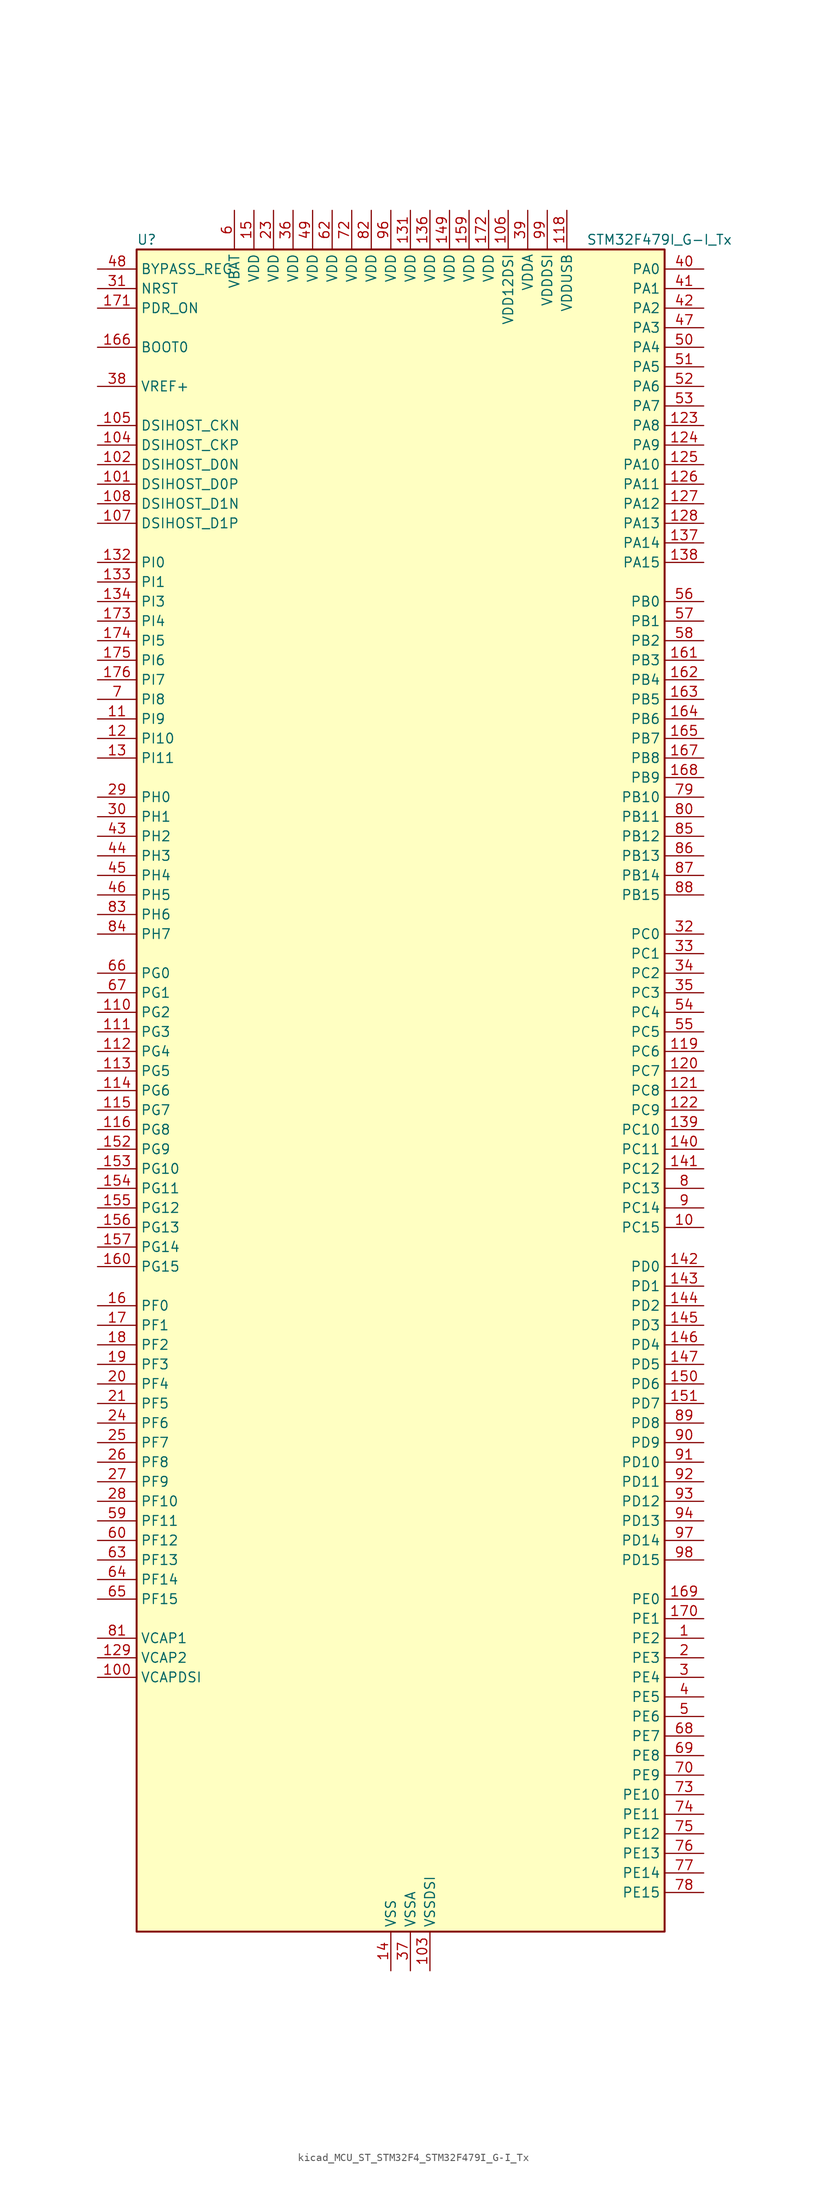
<source format=kicad_sym>
(kicad_symbol_lib
  (version 20220914)
  (generator kicad_symbol_editor)
  (symbol "kicad_MCU_ST_STM32F4_STM32F479I_G-I_Tx"
    (property "Reference" "U"
      (at -33.02 110.49 0)
      (effects (font (size 1.27 1.27)) (justify left)))
    (property "Value" "STM32F479I_G-I_Tx"
      (at 25.4 110.49 0)
      (effects (font (size 1.27 1.27)) (justify left)))
    (property "ki_locked" ""
      (at 0 0 0)
      (effects (font (size 1.27 1.27))))
    (symbol "kicad_MCU_ST_STM32F4_STM32F479I_G-I_Tx_0_1"
      (rectangle (start -33.02 -109.22) (end 35.56 109.22) (stroke (width 0.254) (type default)) (fill (type background))))
    (symbol "kicad_MCU_ST_STM32F4_STM32F479I_G-I_Tx_1_1"
      (pin bidirectional line (at 40.64 -71.12 180) (length 5.08) (name "PE2" (effects (font (size 1.27 1.27)))) (number "1" (effects (font (size 1.27 1.27)))) (alternate "ETH_TXD3" bidirectional line) (alternate "FMC_A23" bidirectional line) (alternate "QUADSPI_BK1_IO2" bidirectional line) (alternate "SAI1_MCLK_A" bidirectional line) (alternate "SPI4_SCK" bidirectional line) (alternate "SYS_TRACECLK" bidirectional line))
      (pin bidirectional line (at 40.64 -17.78 180) (length 5.08) (name "PC15" (effects (font (size 1.27 1.27)))) (number "10" (effects (font (size 1.27 1.27)))) (alternate "ADC1_EXTI15" bidirectional line) (alternate "ADC2_EXTI15" bidirectional line) (alternate "ADC3_EXTI15" bidirectional line) (alternate "RCC_OSC32_OUT" bidirectional line))
      (pin power_out line (at -38.1 -76.2 0) (length 5.08) (name "VCAPDSI" (effects (font (size 1.27 1.27)))) (number "100" (effects (font (size 1.27 1.27)))))
      (pin bidirectional line (at -38.1 78.74 0) (length 5.08) (name "DSIHOST_D0P" (effects (font (size 1.27 1.27)))) (number "101" (effects (font (size 1.27 1.27)))) (alternate "DSIHOST_D0P" bidirectional line))
      (pin bidirectional line (at -38.1 81.28 0) (length 5.08) (name "DSIHOST_D0N" (effects (font (size 1.27 1.27)))) (number "102" (effects (font (size 1.27 1.27)))) (alternate "DSIHOST_D0N" bidirectional line))
      (pin power_in line (at 5.08 -114.3 90) (length 5.08) (name "VSSDSI" (effects (font (size 1.27 1.27)))) (number "103" (effects (font (size 1.27 1.27)))))
      (pin bidirectional line (at -38.1 83.82 0) (length 5.08) (name "DSIHOST_CKP" (effects (font (size 1.27 1.27)))) (number "104" (effects (font (size 1.27 1.27)))) (alternate "DSIHOST_CKP" bidirectional line))
      (pin bidirectional line (at -38.1 86.36 0) (length 5.08) (name "DSIHOST_CKN" (effects (font (size 1.27 1.27)))) (number "105" (effects (font (size 1.27 1.27)))) (alternate "DSIHOST_CKN" bidirectional line))
      (pin power_in line (at 15.24 114.3 270) (length 5.08) (name "VDD12DSI" (effects (font (size 1.27 1.27)))) (number "106" (effects (font (size 1.27 1.27)))))
      (pin bidirectional line (at -38.1 73.66 0) (length 5.08) (name "DSIHOST_D1P" (effects (font (size 1.27 1.27)))) (number "107" (effects (font (size 1.27 1.27)))) (alternate "DSIHOST_D1P" bidirectional line))
      (pin bidirectional line (at -38.1 76.2 0) (length 5.08) (name "DSIHOST_D1N" (effects (font (size 1.27 1.27)))) (number "108" (effects (font (size 1.27 1.27)))) (alternate "DSIHOST_D1N" bidirectional line))
      (pin passive line (at 5.08 -114.3 90) (length 5.08) hide (name "VSSDSI" (effects (font (size 1.27 1.27)))) (number "109" (effects (font (size 1.27 1.27)))))
      (pin bidirectional line (at -38.1 48.26 0) (length 5.08) (name "PI9" (effects (font (size 1.27 1.27)))) (number "11" (effects (font (size 1.27 1.27)))) (alternate "CAN1_RX" bidirectional line) (alternate "DAC_EXTI9" bidirectional line) (alternate "FMC_D30" bidirectional line) (alternate "LTDC_VSYNC" bidirectional line))
      (pin bidirectional line (at -38.1 10.16 0) (length 5.08) (name "PG2" (effects (font (size 1.27 1.27)))) (number "110" (effects (font (size 1.27 1.27)))) (alternate "FMC_A12" bidirectional line))
      (pin bidirectional line (at -38.1 7.62 0) (length 5.08) (name "PG3" (effects (font (size 1.27 1.27)))) (number "111" (effects (font (size 1.27 1.27)))) (alternate "FMC_A13" bidirectional line))
      (pin bidirectional line (at -38.1 5.08 0) (length 5.08) (name "PG4" (effects (font (size 1.27 1.27)))) (number "112" (effects (font (size 1.27 1.27)))) (alternate "FMC_A14" bidirectional line) (alternate "FMC_BA0" bidirectional line))
      (pin bidirectional line (at -38.1 2.54 0) (length 5.08) (name "PG5" (effects (font (size 1.27 1.27)))) (number "113" (effects (font (size 1.27 1.27)))) (alternate "FMC_A15" bidirectional line) (alternate "FMC_BA1" bidirectional line))
      (pin bidirectional line (at -38.1 0 0) (length 5.08) (name "PG6" (effects (font (size 1.27 1.27)))) (number "114" (effects (font (size 1.27 1.27)))) (alternate "DCMI_D12" bidirectional line) (alternate "LTDC_R7" bidirectional line))
      (pin bidirectional line (at -38.1 -2.54 0) (length 5.08) (name "PG7" (effects (font (size 1.27 1.27)))) (number "115" (effects (font (size 1.27 1.27)))) (alternate "DCMI_D13" bidirectional line) (alternate "FMC_INT" bidirectional line) (alternate "LTDC_CLK" bidirectional line) (alternate "SAI1_MCLK_A" bidirectional line) (alternate "USART6_CK" bidirectional line))
      (pin bidirectional line (at -38.1 -5.08 0) (length 5.08) (name "PG8" (effects (font (size 1.27 1.27)))) (number "116" (effects (font (size 1.27 1.27)))) (alternate "ETH_PPS_OUT" bidirectional line) (alternate "FMC_SDCLK" bidirectional line) (alternate "LTDC_G7" bidirectional line) (alternate "SPI6_NSS" bidirectional line) (alternate "USART6_RTS" bidirectional line))
      (pin passive line (at 0 -114.3 90) (length 5.08) hide (name "VSS" (effects (font (size 1.27 1.27)))) (number "117" (effects (font (size 1.27 1.27)))))
      (pin power_in line (at 22.86 114.3 270) (length 5.08) (name "VDDUSB" (effects (font (size 1.27 1.27)))) (number "118" (effects (font (size 1.27 1.27)))))
      (pin bidirectional line (at 40.64 5.08 180) (length 5.08) (name "PC6" (effects (font (size 1.27 1.27)))) (number "119" (effects (font (size 1.27 1.27)))) (alternate "DCMI_D0" bidirectional line) (alternate "I2S2_MCK" bidirectional line) (alternate "LTDC_HSYNC" bidirectional line) (alternate "SDIO_D6" bidirectional line) (alternate "TIM3_CH1" bidirectional line) (alternate "TIM8_CH1" bidirectional line) (alternate "USART6_TX" bidirectional line))
      (pin bidirectional line (at -38.1 45.72 0) (length 5.08) (name "PI10" (effects (font (size 1.27 1.27)))) (number "12" (effects (font (size 1.27 1.27)))) (alternate "ETH_RX_ER" bidirectional line) (alternate "FMC_D31" bidirectional line) (alternate "LTDC_HSYNC" bidirectional line))
      (pin bidirectional line (at 40.64 2.54 180) (length 5.08) (name "PC7" (effects (font (size 1.27 1.27)))) (number "120" (effects (font (size 1.27 1.27)))) (alternate "DCMI_D1" bidirectional line) (alternate "I2S3_MCK" bidirectional line) (alternate "LTDC_G6" bidirectional line) (alternate "SDIO_D7" bidirectional line) (alternate "TIM3_CH2" bidirectional line) (alternate "TIM8_CH2" bidirectional line) (alternate "USART6_RX" bidirectional line))
      (pin bidirectional line (at 40.64 0 180) (length 5.08) (name "PC8" (effects (font (size 1.27 1.27)))) (number "121" (effects (font (size 1.27 1.27)))) (alternate "DCMI_D2" bidirectional line) (alternate "SDIO_D0" bidirectional line) (alternate "SYS_TRACED1" bidirectional line) (alternate "TIM3_CH3" bidirectional line) (alternate "TIM8_CH3" bidirectional line) (alternate "USART6_CK" bidirectional line))
      (pin bidirectional line (at 40.64 -2.54 180) (length 5.08) (name "PC9" (effects (font (size 1.27 1.27)))) (number "122" (effects (font (size 1.27 1.27)))) (alternate "DAC_EXTI9" bidirectional line) (alternate "DCMI_D3" bidirectional line) (alternate "I2C3_SDA" bidirectional line) (alternate "I2S_CKIN" bidirectional line) (alternate "QUADSPI_BK1_IO0" bidirectional line) (alternate "RCC_MCO_2" bidirectional line) (alternate "SDIO_D1" bidirectional line) (alternate "TIM3_CH4" bidirectional line) (alternate "TIM8_CH4" bidirectional line))
      (pin bidirectional line (at 40.64 86.36 180) (length 5.08) (name "PA8" (effects (font (size 1.27 1.27)))) (number "123" (effects (font (size 1.27 1.27)))) (alternate "I2C3_SCL" bidirectional line) (alternate "LTDC_R6" bidirectional line) (alternate "RCC_MCO_1" bidirectional line) (alternate "TIM1_CH1" bidirectional line) (alternate "USART1_CK" bidirectional line) (alternate "USB_OTG_FS_SOF" bidirectional line))
      (pin bidirectional line (at 40.64 83.82 180) (length 5.08) (name "PA9" (effects (font (size 1.27 1.27)))) (number "124" (effects (font (size 1.27 1.27)))) (alternate "DAC_EXTI9" bidirectional line) (alternate "DCMI_D0" bidirectional line) (alternate "I2C3_SMBA" bidirectional line) (alternate "I2S2_CK" bidirectional line) (alternate "SPI2_SCK" bidirectional line) (alternate "TIM1_CH2" bidirectional line) (alternate "USART1_TX" bidirectional line) (alternate "USB_OTG_FS_VBUS" bidirectional line))
      (pin bidirectional line (at 40.64 81.28 180) (length 5.08) (name "PA10" (effects (font (size 1.27 1.27)))) (number "125" (effects (font (size 1.27 1.27)))) (alternate "DCMI_D1" bidirectional line) (alternate "TIM1_CH3" bidirectional line) (alternate "USART1_RX" bidirectional line) (alternate "USB_OTG_FS_ID" bidirectional line))
      (pin bidirectional line (at 40.64 78.74 180) (length 5.08) (name "PA11" (effects (font (size 1.27 1.27)))) (number "126" (effects (font (size 1.27 1.27)))) (alternate "ADC1_EXTI11" bidirectional line) (alternate "ADC2_EXTI11" bidirectional line) (alternate "ADC3_EXTI11" bidirectional line) (alternate "CAN1_RX" bidirectional line) (alternate "LTDC_R4" bidirectional line) (alternate "TIM1_CH4" bidirectional line) (alternate "USART1_CTS" bidirectional line) (alternate "USB_OTG_FS_DM" bidirectional line))
      (pin bidirectional line (at 40.64 76.2 180) (length 5.08) (name "PA12" (effects (font (size 1.27 1.27)))) (number "127" (effects (font (size 1.27 1.27)))) (alternate "CAN1_TX" bidirectional line) (alternate "LTDC_R5" bidirectional line) (alternate "TIM1_ETR" bidirectional line) (alternate "USART1_RTS" bidirectional line) (alternate "USB_OTG_FS_DP" bidirectional line))
      (pin bidirectional line (at 40.64 73.66 180) (length 5.08) (name "PA13" (effects (font (size 1.27 1.27)))) (number "128" (effects (font (size 1.27 1.27)))) (alternate "SYS_JTMS-SWDIO" bidirectional line))
      (pin power_out line (at -38.1 -73.66 0) (length 5.08) (name "VCAP2" (effects (font (size 1.27 1.27)))) (number "129" (effects (font (size 1.27 1.27)))))
      (pin bidirectional line (at -38.1 43.18 0) (length 5.08) (name "PI11" (effects (font (size 1.27 1.27)))) (number "13" (effects (font (size 1.27 1.27)))) (alternate "ADC1_EXTI11" bidirectional line) (alternate "ADC2_EXTI11" bidirectional line) (alternate "ADC3_EXTI11" bidirectional line) (alternate "LTDC_G6" bidirectional line) (alternate "USB_OTG_HS_ULPI_DIR" bidirectional line))
      (pin passive line (at 0 -114.3 90) (length 5.08) hide (name "VSS" (effects (font (size 1.27 1.27)))) (number "130" (effects (font (size 1.27 1.27)))))
      (pin power_in line (at 2.54 114.3 270) (length 5.08) (name "VDD" (effects (font (size 1.27 1.27)))) (number "131" (effects (font (size 1.27 1.27)))))
      (pin bidirectional line (at -38.1 68.58 0) (length 5.08) (name "PI0" (effects (font (size 1.27 1.27)))) (number "132" (effects (font (size 1.27 1.27)))) (alternate "DCMI_D13" bidirectional line) (alternate "FMC_D24" bidirectional line) (alternate "I2S2_WS" bidirectional line) (alternate "LTDC_G5" bidirectional line) (alternate "SPI2_NSS" bidirectional line) (alternate "TIM5_CH4" bidirectional line))
      (pin bidirectional line (at -38.1 66.04 0) (length 5.08) (name "PI1" (effects (font (size 1.27 1.27)))) (number "133" (effects (font (size 1.27 1.27)))) (alternate "DCMI_D8" bidirectional line) (alternate "FMC_D25" bidirectional line) (alternate "I2S2_CK" bidirectional line) (alternate "LTDC_G6" bidirectional line) (alternate "SPI2_SCK" bidirectional line))
      (pin bidirectional line (at -38.1 63.5 0) (length 5.08) (name "PI3" (effects (font (size 1.27 1.27)))) (number "134" (effects (font (size 1.27 1.27)))) (alternate "DCMI_D10" bidirectional line) (alternate "FMC_D27" bidirectional line) (alternate "I2S2_SD" bidirectional line) (alternate "SPI2_MOSI" bidirectional line) (alternate "TIM8_ETR" bidirectional line))
      (pin passive line (at 0 -114.3 90) (length 5.08) hide (name "VSS" (effects (font (size 1.27 1.27)))) (number "135" (effects (font (size 1.27 1.27)))))
      (pin power_in line (at 5.08 114.3 270) (length 5.08) (name "VDD" (effects (font (size 1.27 1.27)))) (number "136" (effects (font (size 1.27 1.27)))))
      (pin bidirectional line (at 40.64 71.12 180) (length 5.08) (name "PA14" (effects (font (size 1.27 1.27)))) (number "137" (effects (font (size 1.27 1.27)))) (alternate "SYS_JTCK-SWCLK" bidirectional line))
      (pin bidirectional line (at 40.64 68.58 180) (length 5.08) (name "PA15" (effects (font (size 1.27 1.27)))) (number "138" (effects (font (size 1.27 1.27)))) (alternate "ADC1_EXTI15" bidirectional line) (alternate "ADC2_EXTI15" bidirectional line) (alternate "ADC3_EXTI15" bidirectional line) (alternate "I2S3_WS" bidirectional line) (alternate "SPI1_NSS" bidirectional line) (alternate "SPI3_NSS" bidirectional line) (alternate "SYS_JTDI" bidirectional line) (alternate "TIM2_CH1" bidirectional line) (alternate "TIM2_ETR" bidirectional line))
      (pin bidirectional line (at 40.64 -5.08 180) (length 5.08) (name "PC10" (effects (font (size 1.27 1.27)))) (number "139" (effects (font (size 1.27 1.27)))) (alternate "DCMI_D8" bidirectional line) (alternate "I2S3_CK" bidirectional line) (alternate "LTDC_R2" bidirectional line) (alternate "QUADSPI_BK1_IO1" bidirectional line) (alternate "SDIO_D2" bidirectional line) (alternate "SPI3_SCK" bidirectional line) (alternate "UART4_TX" bidirectional line) (alternate "USART3_TX" bidirectional line))
      (pin power_in line (at 0 -114.3 90) (length 5.08) (name "VSS" (effects (font (size 1.27 1.27)))) (number "14" (effects (font (size 1.27 1.27)))))
      (pin bidirectional line (at 40.64 -7.62 180) (length 5.08) (name "PC11" (effects (font (size 1.27 1.27)))) (number "140" (effects (font (size 1.27 1.27)))) (alternate "ADC1_EXTI11" bidirectional line) (alternate "ADC2_EXTI11" bidirectional line) (alternate "ADC3_EXTI11" bidirectional line) (alternate "DCMI_D4" bidirectional line) (alternate "I2S3_ext_SD" bidirectional line) (alternate "QUADSPI_BK2_NCS" bidirectional line) (alternate "SDIO_D3" bidirectional line) (alternate "SPI3_MISO" bidirectional line) (alternate "UART4_RX" bidirectional line) (alternate "USART3_RX" bidirectional line))
      (pin bidirectional line (at 40.64 -10.16 180) (length 5.08) (name "PC12" (effects (font (size 1.27 1.27)))) (number "141" (effects (font (size 1.27 1.27)))) (alternate "DCMI_D9" bidirectional line) (alternate "I2S3_SD" bidirectional line) (alternate "SDIO_CK" bidirectional line) (alternate "SPI3_MOSI" bidirectional line) (alternate "SYS_TRACED3" bidirectional line) (alternate "UART5_TX" bidirectional line) (alternate "USART3_CK" bidirectional line))
      (pin bidirectional line (at 40.64 -22.86 180) (length 5.08) (name "PD0" (effects (font (size 1.27 1.27)))) (number "142" (effects (font (size 1.27 1.27)))) (alternate "CAN1_RX" bidirectional line) (alternate "FMC_D2" bidirectional line) (alternate "FMC_DA2" bidirectional line))
      (pin bidirectional line (at 40.64 -25.4 180) (length 5.08) (name "PD1" (effects (font (size 1.27 1.27)))) (number "143" (effects (font (size 1.27 1.27)))) (alternate "CAN1_TX" bidirectional line) (alternate "FMC_D3" bidirectional line) (alternate "FMC_DA3" bidirectional line))
      (pin bidirectional line (at 40.64 -27.94 180) (length 5.08) (name "PD2" (effects (font (size 1.27 1.27)))) (number "144" (effects (font (size 1.27 1.27)))) (alternate "DCMI_D11" bidirectional line) (alternate "SDIO_CMD" bidirectional line) (alternate "SYS_TRACED2" bidirectional line) (alternate "TIM3_ETR" bidirectional line) (alternate "UART5_RX" bidirectional line))
      (pin bidirectional line (at 40.64 -30.48 180) (length 5.08) (name "PD3" (effects (font (size 1.27 1.27)))) (number "145" (effects (font (size 1.27 1.27)))) (alternate "DCMI_D5" bidirectional line) (alternate "FMC_CLK" bidirectional line) (alternate "I2S2_CK" bidirectional line) (alternate "LTDC_G7" bidirectional line) (alternate "SPI2_SCK" bidirectional line) (alternate "USART2_CTS" bidirectional line))
      (pin bidirectional line (at 40.64 -33.02 180) (length 5.08) (name "PD4" (effects (font (size 1.27 1.27)))) (number "146" (effects (font (size 1.27 1.27)))) (alternate "FMC_NOE" bidirectional line) (alternate "USART2_RTS" bidirectional line))
      (pin bidirectional line (at 40.64 -35.56 180) (length 5.08) (name "PD5" (effects (font (size 1.27 1.27)))) (number "147" (effects (font (size 1.27 1.27)))) (alternate "FMC_NWE" bidirectional line) (alternate "USART2_TX" bidirectional line))
      (pin passive line (at 0 -114.3 90) (length 5.08) hide (name "VSS" (effects (font (size 1.27 1.27)))) (number "148" (effects (font (size 1.27 1.27)))))
      (pin power_in line (at 7.62 114.3 270) (length 5.08) (name "VDD" (effects (font (size 1.27 1.27)))) (number "149" (effects (font (size 1.27 1.27)))))
      (pin power_in line (at -17.78 114.3 270) (length 5.08) (name "VDD" (effects (font (size 1.27 1.27)))) (number "15" (effects (font (size 1.27 1.27)))))
      (pin bidirectional line (at 40.64 -38.1 180) (length 5.08) (name "PD6" (effects (font (size 1.27 1.27)))) (number "150" (effects (font (size 1.27 1.27)))) (alternate "DCMI_D10" bidirectional line) (alternate "FMC_NWAIT" bidirectional line) (alternate "I2S3_SD" bidirectional line) (alternate "LTDC_B2" bidirectional line) (alternate "SAI1_SD_A" bidirectional line) (alternate "SPI3_MOSI" bidirectional line) (alternate "USART2_RX" bidirectional line))
      (pin bidirectional line (at 40.64 -40.64 180) (length 5.08) (name "PD7" (effects (font (size 1.27 1.27)))) (number "151" (effects (font (size 1.27 1.27)))) (alternate "FMC_NE1" bidirectional line) (alternate "USART2_CK" bidirectional line))
      (pin bidirectional line (at -38.1 -7.62 0) (length 5.08) (name "PG9" (effects (font (size 1.27 1.27)))) (number "152" (effects (font (size 1.27 1.27)))) (alternate "DAC_EXTI9" bidirectional line) (alternate "DCMI_VSYNC" bidirectional line) (alternate "FMC_NCE" bidirectional line) (alternate "FMC_NE2" bidirectional line) (alternate "QUADSPI_BK2_IO2" bidirectional line) (alternate "USART6_RX" bidirectional line))
      (pin bidirectional line (at -38.1 -10.16 0) (length 5.08) (name "PG10" (effects (font (size 1.27 1.27)))) (number "153" (effects (font (size 1.27 1.27)))) (alternate "DCMI_D2" bidirectional line) (alternate "FMC_NE3" bidirectional line) (alternate "LTDC_B2" bidirectional line) (alternate "LTDC_G3" bidirectional line))
      (pin bidirectional line (at -38.1 -12.7 0) (length 5.08) (name "PG11" (effects (font (size 1.27 1.27)))) (number "154" (effects (font (size 1.27 1.27)))) (alternate "ADC1_EXTI11" bidirectional line) (alternate "ADC2_EXTI11" bidirectional line) (alternate "ADC3_EXTI11" bidirectional line) (alternate "DCMI_D3" bidirectional line) (alternate "ETH_TX_EN" bidirectional line) (alternate "LTDC_B3" bidirectional line))
      (pin bidirectional line (at -38.1 -15.24 0) (length 5.08) (name "PG12" (effects (font (size 1.27 1.27)))) (number "155" (effects (font (size 1.27 1.27)))) (alternate "FMC_NE4" bidirectional line) (alternate "LTDC_B1" bidirectional line) (alternate "LTDC_B4" bidirectional line) (alternate "SPI6_MISO" bidirectional line) (alternate "USART6_RTS" bidirectional line))
      (pin bidirectional line (at -38.1 -17.78 0) (length 5.08) (name "PG13" (effects (font (size 1.27 1.27)))) (number "156" (effects (font (size 1.27 1.27)))) (alternate "ETH_TXD0" bidirectional line) (alternate "FMC_A24" bidirectional line) (alternate "LTDC_R0" bidirectional line) (alternate "SPI6_SCK" bidirectional line) (alternate "SYS_TRACED0" bidirectional line) (alternate "USART6_CTS" bidirectional line))
      (pin bidirectional line (at -38.1 -20.32 0) (length 5.08) (name "PG14" (effects (font (size 1.27 1.27)))) (number "157" (effects (font (size 1.27 1.27)))) (alternate "ETH_TXD1" bidirectional line) (alternate "FMC_A25" bidirectional line) (alternate "LTDC_B0" bidirectional line) (alternate "QUADSPI_BK2_IO3" bidirectional line) (alternate "SPI6_MOSI" bidirectional line) (alternate "SYS_TRACED1" bidirectional line) (alternate "USART6_TX" bidirectional line))
      (pin passive line (at 0 -114.3 90) (length 5.08) hide (name "VSS" (effects (font (size 1.27 1.27)))) (number "158" (effects (font (size 1.27 1.27)))))
      (pin power_in line (at 10.16 114.3 270) (length 5.08) (name "VDD" (effects (font (size 1.27 1.27)))) (number "159" (effects (font (size 1.27 1.27)))))
      (pin bidirectional line (at -38.1 -27.94 0) (length 5.08) (name "PF0" (effects (font (size 1.27 1.27)))) (number "16" (effects (font (size 1.27 1.27)))) (alternate "FMC_A0" bidirectional line) (alternate "I2C2_SDA" bidirectional line))
      (pin bidirectional line (at -38.1 -22.86 0) (length 5.08) (name "PG15" (effects (font (size 1.27 1.27)))) (number "160" (effects (font (size 1.27 1.27)))) (alternate "ADC1_EXTI15" bidirectional line) (alternate "ADC2_EXTI15" bidirectional line) (alternate "ADC3_EXTI15" bidirectional line) (alternate "DCMI_D13" bidirectional line) (alternate "FMC_SDNCAS" bidirectional line) (alternate "USART6_CTS" bidirectional line))
      (pin bidirectional line (at 40.64 55.88 180) (length 5.08) (name "PB3" (effects (font (size 1.27 1.27)))) (number "161" (effects (font (size 1.27 1.27)))) (alternate "I2S3_CK" bidirectional line) (alternate "SPI1_SCK" bidirectional line) (alternate "SPI3_SCK" bidirectional line) (alternate "SYS_JTDO-SWO" bidirectional line) (alternate "TIM2_CH2" bidirectional line))
      (pin bidirectional line (at 40.64 53.34 180) (length 5.08) (name "PB4" (effects (font (size 1.27 1.27)))) (number "162" (effects (font (size 1.27 1.27)))) (alternate "I2S3_ext_SD" bidirectional line) (alternate "SPI1_MISO" bidirectional line) (alternate "SPI3_MISO" bidirectional line) (alternate "SYS_JTRST" bidirectional line) (alternate "TIM3_CH1" bidirectional line))
      (pin bidirectional line (at 40.64 50.8 180) (length 5.08) (name "PB5" (effects (font (size 1.27 1.27)))) (number "163" (effects (font (size 1.27 1.27)))) (alternate "CAN2_RX" bidirectional line) (alternate "DCMI_D10" bidirectional line) (alternate "ETH_PPS_OUT" bidirectional line) (alternate "FMC_SDCKE1" bidirectional line) (alternate "I2C1_SMBA" bidirectional line) (alternate "I2S3_SD" bidirectional line) (alternate "LTDC_G7" bidirectional line) (alternate "SPI1_MOSI" bidirectional line) (alternate "SPI3_MOSI" bidirectional line) (alternate "TIM3_CH2" bidirectional line) (alternate "USB_OTG_HS_ULPI_D7" bidirectional line))
      (pin bidirectional line (at 40.64 48.26 180) (length 5.08) (name "PB6" (effects (font (size 1.27 1.27)))) (number "164" (effects (font (size 1.27 1.27)))) (alternate "CAN2_TX" bidirectional line) (alternate "DCMI_D5" bidirectional line) (alternate "FMC_SDNE1" bidirectional line) (alternate "I2C1_SCL" bidirectional line) (alternate "QUADSPI_BK1_NCS" bidirectional line) (alternate "TIM4_CH1" bidirectional line) (alternate "USART1_TX" bidirectional line))
      (pin bidirectional line (at 40.64 45.72 180) (length 5.08) (name "PB7" (effects (font (size 1.27 1.27)))) (number "165" (effects (font (size 1.27 1.27)))) (alternate "DCMI_VSYNC" bidirectional line) (alternate "FMC_NL" bidirectional line) (alternate "I2C1_SDA" bidirectional line) (alternate "TIM4_CH2" bidirectional line) (alternate "USART1_RX" bidirectional line))
      (pin input line (at -38.1 96.52 0) (length 5.08) (name "BOOT0" (effects (font (size 1.27 1.27)))) (number "166" (effects (font (size 1.27 1.27)))))
      (pin bidirectional line (at 40.64 43.18 180) (length 5.08) (name "PB8" (effects (font (size 1.27 1.27)))) (number "167" (effects (font (size 1.27 1.27)))) (alternate "CAN1_RX" bidirectional line) (alternate "DCMI_D6" bidirectional line) (alternate "ETH_TXD3" bidirectional line) (alternate "I2C1_SCL" bidirectional line) (alternate "LTDC_B6" bidirectional line) (alternate "SDIO_D4" bidirectional line) (alternate "TIM10_CH1" bidirectional line) (alternate "TIM4_CH3" bidirectional line))
      (pin bidirectional line (at 40.64 40.64 180) (length 5.08) (name "PB9" (effects (font (size 1.27 1.27)))) (number "168" (effects (font (size 1.27 1.27)))) (alternate "CAN1_TX" bidirectional line) (alternate "DAC_EXTI9" bidirectional line) (alternate "DCMI_D7" bidirectional line) (alternate "I2C1_SDA" bidirectional line) (alternate "I2S2_WS" bidirectional line) (alternate "LTDC_B7" bidirectional line) (alternate "SDIO_D5" bidirectional line) (alternate "SPI2_NSS" bidirectional line) (alternate "TIM11_CH1" bidirectional line) (alternate "TIM4_CH4" bidirectional line))
      (pin bidirectional line (at 40.64 -66.04 180) (length 5.08) (name "PE0" (effects (font (size 1.27 1.27)))) (number "169" (effects (font (size 1.27 1.27)))) (alternate "DCMI_D2" bidirectional line) (alternate "FMC_NBL0" bidirectional line) (alternate "TIM4_ETR" bidirectional line) (alternate "UART8_RX" bidirectional line))
      (pin bidirectional line (at -38.1 -30.48 0) (length 5.08) (name "PF1" (effects (font (size 1.27 1.27)))) (number "17" (effects (font (size 1.27 1.27)))) (alternate "FMC_A1" bidirectional line) (alternate "I2C2_SCL" bidirectional line))
      (pin bidirectional line (at 40.64 -68.58 180) (length 5.08) (name "PE1" (effects (font (size 1.27 1.27)))) (number "170" (effects (font (size 1.27 1.27)))) (alternate "DCMI_D3" bidirectional line) (alternate "FMC_NBL1" bidirectional line) (alternate "UART8_TX" bidirectional line))
      (pin input line (at -38.1 101.6 0) (length 5.08) (name "PDR_ON" (effects (font (size 1.27 1.27)))) (number "171" (effects (font (size 1.27 1.27)))))
      (pin power_in line (at 12.7 114.3 270) (length 5.08) (name "VDD" (effects (font (size 1.27 1.27)))) (number "172" (effects (font (size 1.27 1.27)))))
      (pin bidirectional line (at -38.1 60.96 0) (length 5.08) (name "PI4" (effects (font (size 1.27 1.27)))) (number "173" (effects (font (size 1.27 1.27)))) (alternate "DCMI_D5" bidirectional line) (alternate "FMC_NBL2" bidirectional line) (alternate "LTDC_B4" bidirectional line) (alternate "TIM8_BKIN" bidirectional line))
      (pin bidirectional line (at -38.1 58.42 0) (length 5.08) (name "PI5" (effects (font (size 1.27 1.27)))) (number "174" (effects (font (size 1.27 1.27)))) (alternate "DCMI_VSYNC" bidirectional line) (alternate "FMC_NBL3" bidirectional line) (alternate "LTDC_B5" bidirectional line) (alternate "TIM8_CH1" bidirectional line))
      (pin bidirectional line (at -38.1 55.88 0) (length 5.08) (name "PI6" (effects (font (size 1.27 1.27)))) (number "175" (effects (font (size 1.27 1.27)))) (alternate "DCMI_D6" bidirectional line) (alternate "FMC_D28" bidirectional line) (alternate "LTDC_B6" bidirectional line) (alternate "TIM8_CH2" bidirectional line))
      (pin bidirectional line (at -38.1 53.34 0) (length 5.08) (name "PI7" (effects (font (size 1.27 1.27)))) (number "176" (effects (font (size 1.27 1.27)))) (alternate "DCMI_D7" bidirectional line) (alternate "FMC_D29" bidirectional line) (alternate "LTDC_B7" bidirectional line) (alternate "TIM8_CH3" bidirectional line))
      (pin bidirectional line (at -38.1 -33.02 0) (length 5.08) (name "PF2" (effects (font (size 1.27 1.27)))) (number "18" (effects (font (size 1.27 1.27)))) (alternate "FMC_A2" bidirectional line) (alternate "I2C2_SMBA" bidirectional line))
      (pin bidirectional line (at -38.1 -35.56 0) (length 5.08) (name "PF3" (effects (font (size 1.27 1.27)))) (number "19" (effects (font (size 1.27 1.27)))) (alternate "ADC3_IN9" bidirectional line) (alternate "FMC_A3" bidirectional line))
      (pin bidirectional line (at 40.64 -73.66 180) (length 5.08) (name "PE3" (effects (font (size 1.27 1.27)))) (number "2" (effects (font (size 1.27 1.27)))) (alternate "FMC_A19" bidirectional line) (alternate "SAI1_SD_B" bidirectional line) (alternate "SYS_TRACED0" bidirectional line))
      (pin bidirectional line (at -38.1 -38.1 0) (length 5.08) (name "PF4" (effects (font (size 1.27 1.27)))) (number "20" (effects (font (size 1.27 1.27)))) (alternate "ADC3_IN14" bidirectional line) (alternate "FMC_A4" bidirectional line))
      (pin bidirectional line (at -38.1 -40.64 0) (length 5.08) (name "PF5" (effects (font (size 1.27 1.27)))) (number "21" (effects (font (size 1.27 1.27)))) (alternate "ADC3_IN15" bidirectional line) (alternate "FMC_A5" bidirectional line))
      (pin passive line (at 0 -114.3 90) (length 5.08) hide (name "VSS" (effects (font (size 1.27 1.27)))) (number "22" (effects (font (size 1.27 1.27)))))
      (pin power_in line (at -15.24 114.3 270) (length 5.08) (name "VDD" (effects (font (size 1.27 1.27)))) (number "23" (effects (font (size 1.27 1.27)))))
      (pin bidirectional line (at -38.1 -43.18 0) (length 5.08) (name "PF6" (effects (font (size 1.27 1.27)))) (number "24" (effects (font (size 1.27 1.27)))) (alternate "ADC3_IN4" bidirectional line) (alternate "QUADSPI_BK1_IO3" bidirectional line) (alternate "SAI1_SD_B" bidirectional line) (alternate "SPI5_NSS" bidirectional line) (alternate "TIM10_CH1" bidirectional line) (alternate "UART7_RX" bidirectional line))
      (pin bidirectional line (at -38.1 -45.72 0) (length 5.08) (name "PF7" (effects (font (size 1.27 1.27)))) (number "25" (effects (font (size 1.27 1.27)))) (alternate "ADC3_IN5" bidirectional line) (alternate "QUADSPI_BK1_IO2" bidirectional line) (alternate "SAI1_MCLK_B" bidirectional line) (alternate "SPI5_SCK" bidirectional line) (alternate "TIM11_CH1" bidirectional line) (alternate "UART7_TX" bidirectional line))
      (pin bidirectional line (at -38.1 -48.26 0) (length 5.08) (name "PF8" (effects (font (size 1.27 1.27)))) (number "26" (effects (font (size 1.27 1.27)))) (alternate "ADC3_IN6" bidirectional line) (alternate "QUADSPI_BK1_IO0" bidirectional line) (alternate "SAI1_SCK_B" bidirectional line) (alternate "SPI5_MISO" bidirectional line) (alternate "TIM13_CH1" bidirectional line))
      (pin bidirectional line (at -38.1 -50.8 0) (length 5.08) (name "PF9" (effects (font (size 1.27 1.27)))) (number "27" (effects (font (size 1.27 1.27)))) (alternate "ADC3_IN7" bidirectional line) (alternate "DAC_EXTI9" bidirectional line) (alternate "QUADSPI_BK1_IO1" bidirectional line) (alternate "SAI1_FS_B" bidirectional line) (alternate "SPI5_MOSI" bidirectional line) (alternate "TIM14_CH1" bidirectional line))
      (pin bidirectional line (at -38.1 -53.34 0) (length 5.08) (name "PF10" (effects (font (size 1.27 1.27)))) (number "28" (effects (font (size 1.27 1.27)))) (alternate "ADC3_IN8" bidirectional line) (alternate "DCMI_D11" bidirectional line) (alternate "LTDC_DE" bidirectional line) (alternate "QUADSPI_CLK" bidirectional line))
      (pin bidirectional line (at -38.1 38.1 0) (length 5.08) (name "PH0" (effects (font (size 1.27 1.27)))) (number "29" (effects (font (size 1.27 1.27)))) (alternate "RCC_OSC_IN" bidirectional line))
      (pin bidirectional line (at 40.64 -76.2 180) (length 5.08) (name "PE4" (effects (font (size 1.27 1.27)))) (number "3" (effects (font (size 1.27 1.27)))) (alternate "DCMI_D4" bidirectional line) (alternate "FMC_A20" bidirectional line) (alternate "LTDC_B0" bidirectional line) (alternate "SAI1_FS_A" bidirectional line) (alternate "SPI4_NSS" bidirectional line) (alternate "SYS_TRACED1" bidirectional line))
      (pin bidirectional line (at -38.1 35.56 0) (length 5.08) (name "PH1" (effects (font (size 1.27 1.27)))) (number "30" (effects (font (size 1.27 1.27)))) (alternate "RCC_OSC_OUT" bidirectional line))
      (pin input line (at -38.1 104.14 0) (length 5.08) (name "NRST" (effects (font (size 1.27 1.27)))) (number "31" (effects (font (size 1.27 1.27)))))
      (pin bidirectional line (at 40.64 20.32 180) (length 5.08) (name "PC0" (effects (font (size 1.27 1.27)))) (number "32" (effects (font (size 1.27 1.27)))) (alternate "ADC1_IN10" bidirectional line) (alternate "ADC2_IN10" bidirectional line) (alternate "ADC3_IN10" bidirectional line) (alternate "FMC_SDNWE" bidirectional line) (alternate "LTDC_R5" bidirectional line) (alternate "USB_OTG_HS_ULPI_STP" bidirectional line))
      (pin bidirectional line (at 40.64 17.78 180) (length 5.08) (name "PC1" (effects (font (size 1.27 1.27)))) (number "33" (effects (font (size 1.27 1.27)))) (alternate "ADC1_IN11" bidirectional line) (alternate "ADC2_IN11" bidirectional line) (alternate "ADC3_IN11" bidirectional line) (alternate "ETH_MDC" bidirectional line) (alternate "I2S2_SD" bidirectional line) (alternate "SAI1_SD_A" bidirectional line) (alternate "SPI2_MOSI" bidirectional line) (alternate "SYS_TRACED0" bidirectional line))
      (pin bidirectional line (at 40.64 15.24 180) (length 5.08) (name "PC2" (effects (font (size 1.27 1.27)))) (number "34" (effects (font (size 1.27 1.27)))) (alternate "ADC1_IN12" bidirectional line) (alternate "ADC2_IN12" bidirectional line) (alternate "ADC3_IN12" bidirectional line) (alternate "ETH_TXD2" bidirectional line) (alternate "FMC_SDNE0" bidirectional line) (alternate "I2S2_ext_SD" bidirectional line) (alternate "SPI2_MISO" bidirectional line) (alternate "USB_OTG_HS_ULPI_DIR" bidirectional line))
      (pin bidirectional line (at 40.64 12.7 180) (length 5.08) (name "PC3" (effects (font (size 1.27 1.27)))) (number "35" (effects (font (size 1.27 1.27)))) (alternate "ADC1_IN13" bidirectional line) (alternate "ADC2_IN13" bidirectional line) (alternate "ADC3_IN13" bidirectional line) (alternate "ETH_TX_CLK" bidirectional line) (alternate "FMC_SDCKE0" bidirectional line) (alternate "I2S2_SD" bidirectional line) (alternate "SPI2_MOSI" bidirectional line) (alternate "USB_OTG_HS_ULPI_NXT" bidirectional line))
      (pin power_in line (at -12.7 114.3 270) (length 5.08) (name "VDD" (effects (font (size 1.27 1.27)))) (number "36" (effects (font (size 1.27 1.27)))))
      (pin power_in line (at 2.54 -114.3 90) (length 5.08) (name "VSSA" (effects (font (size 1.27 1.27)))) (number "37" (effects (font (size 1.27 1.27)))))
      (pin input line (at -38.1 91.44 0) (length 5.08) (name "VREF+" (effects (font (size 1.27 1.27)))) (number "38" (effects (font (size 1.27 1.27)))))
      (pin power_in line (at 17.78 114.3 270) (length 5.08) (name "VDDA" (effects (font (size 1.27 1.27)))) (number "39" (effects (font (size 1.27 1.27)))))
      (pin bidirectional line (at 40.64 -78.74 180) (length 5.08) (name "PE5" (effects (font (size 1.27 1.27)))) (number "4" (effects (font (size 1.27 1.27)))) (alternate "DCMI_D6" bidirectional line) (alternate "FMC_A21" bidirectional line) (alternate "LTDC_G0" bidirectional line) (alternate "SAI1_SCK_A" bidirectional line) (alternate "SPI4_MISO" bidirectional line) (alternate "SYS_TRACED2" bidirectional line) (alternate "TIM9_CH1" bidirectional line))
      (pin bidirectional line (at 40.64 106.68 180) (length 5.08) (name "PA0" (effects (font (size 1.27 1.27)))) (number "40" (effects (font (size 1.27 1.27)))) (alternate "ADC1_IN0" bidirectional line) (alternate "ADC2_IN0" bidirectional line) (alternate "ADC3_IN0" bidirectional line) (alternate "ETH_CRS" bidirectional line) (alternate "SYS_WKUP" bidirectional line) (alternate "TIM2_CH1" bidirectional line) (alternate "TIM2_ETR" bidirectional line) (alternate "TIM5_CH1" bidirectional line) (alternate "TIM8_ETR" bidirectional line) (alternate "UART4_TX" bidirectional line) (alternate "USART2_CTS" bidirectional line))
      (pin bidirectional line (at 40.64 104.14 180) (length 5.08) (name "PA1" (effects (font (size 1.27 1.27)))) (number "41" (effects (font (size 1.27 1.27)))) (alternate "ADC1_IN1" bidirectional line) (alternate "ADC2_IN1" bidirectional line) (alternate "ADC3_IN1" bidirectional line) (alternate "ETH_REF_CLK" bidirectional line) (alternate "ETH_RX_CLK" bidirectional line) (alternate "LTDC_R2" bidirectional line) (alternate "QUADSPI_BK1_IO3" bidirectional line) (alternate "TIM2_CH2" bidirectional line) (alternate "TIM5_CH2" bidirectional line) (alternate "UART4_RX" bidirectional line) (alternate "USART2_RTS" bidirectional line))
      (pin bidirectional line (at 40.64 101.6 180) (length 5.08) (name "PA2" (effects (font (size 1.27 1.27)))) (number "42" (effects (font (size 1.27 1.27)))) (alternate "ADC1_IN2" bidirectional line) (alternate "ADC2_IN2" bidirectional line) (alternate "ADC3_IN2" bidirectional line) (alternate "ETH_MDIO" bidirectional line) (alternate "LTDC_R1" bidirectional line) (alternate "TIM2_CH3" bidirectional line) (alternate "TIM5_CH3" bidirectional line) (alternate "TIM9_CH1" bidirectional line) (alternate "USART2_TX" bidirectional line))
      (pin bidirectional line (at -38.1 33.02 0) (length 5.08) (name "PH2" (effects (font (size 1.27 1.27)))) (number "43" (effects (font (size 1.27 1.27)))) (alternate "ETH_CRS" bidirectional line) (alternate "FMC_SDCKE0" bidirectional line) (alternate "LTDC_R0" bidirectional line) (alternate "QUADSPI_BK2_IO0" bidirectional line))
      (pin bidirectional line (at -38.1 30.48 0) (length 5.08) (name "PH3" (effects (font (size 1.27 1.27)))) (number "44" (effects (font (size 1.27 1.27)))) (alternate "ETH_COL" bidirectional line) (alternate "FMC_SDNE0" bidirectional line) (alternate "LTDC_R1" bidirectional line) (alternate "QUADSPI_BK2_IO1" bidirectional line))
      (pin bidirectional line (at -38.1 27.94 0) (length 5.08) (name "PH4" (effects (font (size 1.27 1.27)))) (number "45" (effects (font (size 1.27 1.27)))) (alternate "I2C2_SCL" bidirectional line) (alternate "LTDC_G4" bidirectional line) (alternate "LTDC_G5" bidirectional line) (alternate "USB_OTG_HS_ULPI_NXT" bidirectional line))
      (pin bidirectional line (at -38.1 25.4 0) (length 5.08) (name "PH5" (effects (font (size 1.27 1.27)))) (number "46" (effects (font (size 1.27 1.27)))) (alternate "FMC_SDNWE" bidirectional line) (alternate "I2C2_SDA" bidirectional line) (alternate "SPI5_NSS" bidirectional line))
      (pin bidirectional line (at 40.64 99.06 180) (length 5.08) (name "PA3" (effects (font (size 1.27 1.27)))) (number "47" (effects (font (size 1.27 1.27)))) (alternate "ADC1_IN3" bidirectional line) (alternate "ADC2_IN3" bidirectional line) (alternate "ADC3_IN3" bidirectional line) (alternate "ETH_COL" bidirectional line) (alternate "LTDC_B2" bidirectional line) (alternate "LTDC_B5" bidirectional line) (alternate "TIM2_CH4" bidirectional line) (alternate "TIM5_CH4" bidirectional line) (alternate "TIM9_CH2" bidirectional line) (alternate "USART2_RX" bidirectional line) (alternate "USB_OTG_HS_ULPI_D0" bidirectional line))
      (pin input line (at -38.1 106.68 0) (length 5.08) (name "BYPASS_REG" (effects (font (size 1.27 1.27)))) (number "48" (effects (font (size 1.27 1.27)))))
      (pin power_in line (at -10.16 114.3 270) (length 5.08) (name "VDD" (effects (font (size 1.27 1.27)))) (number "49" (effects (font (size 1.27 1.27)))))
      (pin bidirectional line (at 40.64 -81.28 180) (length 5.08) (name "PE6" (effects (font (size 1.27 1.27)))) (number "5" (effects (font (size 1.27 1.27)))) (alternate "DCMI_D7" bidirectional line) (alternate "FMC_A22" bidirectional line) (alternate "LTDC_G1" bidirectional line) (alternate "SAI1_SD_A" bidirectional line) (alternate "SPI4_MOSI" bidirectional line) (alternate "SYS_TRACED3" bidirectional line) (alternate "TIM9_CH2" bidirectional line))
      (pin bidirectional line (at 40.64 96.52 180) (length 5.08) (name "PA4" (effects (font (size 1.27 1.27)))) (number "50" (effects (font (size 1.27 1.27)))) (alternate "ADC1_IN4" bidirectional line) (alternate "ADC2_IN4" bidirectional line) (alternate "DAC_OUT1" bidirectional line) (alternate "DCMI_HSYNC" bidirectional line) (alternate "I2S3_WS" bidirectional line) (alternate "LTDC_VSYNC" bidirectional line) (alternate "SPI1_NSS" bidirectional line) (alternate "SPI3_NSS" bidirectional line) (alternate "USART2_CK" bidirectional line) (alternate "USB_OTG_HS_SOF" bidirectional line))
      (pin bidirectional line (at 40.64 93.98 180) (length 5.08) (name "PA5" (effects (font (size 1.27 1.27)))) (number "51" (effects (font (size 1.27 1.27)))) (alternate "ADC1_IN5" bidirectional line) (alternate "ADC2_IN5" bidirectional line) (alternate "DAC_OUT2" bidirectional line) (alternate "LTDC_R4" bidirectional line) (alternate "SPI1_SCK" bidirectional line) (alternate "TIM2_CH1" bidirectional line) (alternate "TIM2_ETR" bidirectional line) (alternate "TIM8_CH1N" bidirectional line) (alternate "USB_OTG_HS_ULPI_CK" bidirectional line))
      (pin bidirectional line (at 40.64 91.44 180) (length 5.08) (name "PA6" (effects (font (size 1.27 1.27)))) (number "52" (effects (font (size 1.27 1.27)))) (alternate "ADC1_IN6" bidirectional line) (alternate "ADC2_IN6" bidirectional line) (alternate "DCMI_PIXCLK" bidirectional line) (alternate "LTDC_G2" bidirectional line) (alternate "SPI1_MISO" bidirectional line) (alternate "TIM13_CH1" bidirectional line) (alternate "TIM1_BKIN" bidirectional line) (alternate "TIM3_CH1" bidirectional line) (alternate "TIM8_BKIN" bidirectional line))
      (pin bidirectional line (at 40.64 88.9 180) (length 5.08) (name "PA7" (effects (font (size 1.27 1.27)))) (number "53" (effects (font (size 1.27 1.27)))) (alternate "ADC1_IN7" bidirectional line) (alternate "ADC2_IN7" bidirectional line) (alternate "ETH_CRS_DV" bidirectional line) (alternate "ETH_RX_DV" bidirectional line) (alternate "FMC_SDNWE" bidirectional line) (alternate "QUADSPI_CLK" bidirectional line) (alternate "SPI1_MOSI" bidirectional line) (alternate "TIM14_CH1" bidirectional line) (alternate "TIM1_CH1N" bidirectional line) (alternate "TIM3_CH2" bidirectional line) (alternate "TIM8_CH1N" bidirectional line))
      (pin bidirectional line (at 40.64 10.16 180) (length 5.08) (name "PC4" (effects (font (size 1.27 1.27)))) (number "54" (effects (font (size 1.27 1.27)))) (alternate "ADC1_IN14" bidirectional line) (alternate "ADC2_IN14" bidirectional line) (alternate "ETH_RXD0" bidirectional line) (alternate "FMC_SDNE0" bidirectional line))
      (pin bidirectional line (at 40.64 7.62 180) (length 5.08) (name "PC5" (effects (font (size 1.27 1.27)))) (number "55" (effects (font (size 1.27 1.27)))) (alternate "ADC1_IN15" bidirectional line) (alternate "ADC2_IN15" bidirectional line) (alternate "ETH_RXD1" bidirectional line) (alternate "FMC_SDCKE0" bidirectional line))
      (pin bidirectional line (at 40.64 63.5 180) (length 5.08) (name "PB0" (effects (font (size 1.27 1.27)))) (number "56" (effects (font (size 1.27 1.27)))) (alternate "ADC1_IN8" bidirectional line) (alternate "ADC2_IN8" bidirectional line) (alternate "ETH_RXD2" bidirectional line) (alternate "LTDC_G1" bidirectional line) (alternate "LTDC_R3" bidirectional line) (alternate "TIM1_CH2N" bidirectional line) (alternate "TIM3_CH3" bidirectional line) (alternate "TIM8_CH2N" bidirectional line) (alternate "USB_OTG_HS_ULPI_D1" bidirectional line))
      (pin bidirectional line (at 40.64 60.96 180) (length 5.08) (name "PB1" (effects (font (size 1.27 1.27)))) (number "57" (effects (font (size 1.27 1.27)))) (alternate "ADC1_IN9" bidirectional line) (alternate "ADC2_IN9" bidirectional line) (alternate "ETH_RXD3" bidirectional line) (alternate "LTDC_G0" bidirectional line) (alternate "LTDC_R6" bidirectional line) (alternate "TIM1_CH3N" bidirectional line) (alternate "TIM3_CH4" bidirectional line) (alternate "TIM8_CH3N" bidirectional line) (alternate "USB_OTG_HS_ULPI_D2" bidirectional line))
      (pin bidirectional line (at 40.64 58.42 180) (length 5.08) (name "PB2" (effects (font (size 1.27 1.27)))) (number "58" (effects (font (size 1.27 1.27)))))
      (pin bidirectional line (at -38.1 -55.88 0) (length 5.08) (name "PF11" (effects (font (size 1.27 1.27)))) (number "59" (effects (font (size 1.27 1.27)))) (alternate "ADC1_EXTI11" bidirectional line) (alternate "ADC2_EXTI11" bidirectional line) (alternate "ADC3_EXTI11" bidirectional line) (alternate "DCMI_D12" bidirectional line) (alternate "FMC_SDNRAS" bidirectional line) (alternate "SPI5_MOSI" bidirectional line))
      (pin power_in line (at -20.32 114.3 270) (length 5.08) (name "VBAT" (effects (font (size 1.27 1.27)))) (number "6" (effects (font (size 1.27 1.27)))))
      (pin bidirectional line (at -38.1 -58.42 0) (length 5.08) (name "PF12" (effects (font (size 1.27 1.27)))) (number "60" (effects (font (size 1.27 1.27)))) (alternate "FMC_A6" bidirectional line))
      (pin passive line (at 0 -114.3 90) (length 5.08) hide (name "VSS" (effects (font (size 1.27 1.27)))) (number "61" (effects (font (size 1.27 1.27)))))
      (pin power_in line (at -7.62 114.3 270) (length 5.08) (name "VDD" (effects (font (size 1.27 1.27)))) (number "62" (effects (font (size 1.27 1.27)))))
      (pin bidirectional line (at -38.1 -60.96 0) (length 5.08) (name "PF13" (effects (font (size 1.27 1.27)))) (number "63" (effects (font (size 1.27 1.27)))) (alternate "FMC_A7" bidirectional line))
      (pin bidirectional line (at -38.1 -63.5 0) (length 5.08) (name "PF14" (effects (font (size 1.27 1.27)))) (number "64" (effects (font (size 1.27 1.27)))) (alternate "FMC_A8" bidirectional line))
      (pin bidirectional line (at -38.1 -66.04 0) (length 5.08) (name "PF15" (effects (font (size 1.27 1.27)))) (number "65" (effects (font (size 1.27 1.27)))) (alternate "ADC1_EXTI15" bidirectional line) (alternate "ADC2_EXTI15" bidirectional line) (alternate "ADC3_EXTI15" bidirectional line) (alternate "FMC_A9" bidirectional line))
      (pin bidirectional line (at -38.1 15.24 0) (length 5.08) (name "PG0" (effects (font (size 1.27 1.27)))) (number "66" (effects (font (size 1.27 1.27)))) (alternate "FMC_A10" bidirectional line))
      (pin bidirectional line (at -38.1 12.7 0) (length 5.08) (name "PG1" (effects (font (size 1.27 1.27)))) (number "67" (effects (font (size 1.27 1.27)))) (alternate "FMC_A11" bidirectional line))
      (pin bidirectional line (at 40.64 -83.82 180) (length 5.08) (name "PE7" (effects (font (size 1.27 1.27)))) (number "68" (effects (font (size 1.27 1.27)))) (alternate "FMC_D4" bidirectional line) (alternate "FMC_DA4" bidirectional line) (alternate "QUADSPI_BK2_IO0" bidirectional line) (alternate "TIM1_ETR" bidirectional line) (alternate "UART7_RX" bidirectional line))
      (pin bidirectional line (at 40.64 -86.36 180) (length 5.08) (name "PE8" (effects (font (size 1.27 1.27)))) (number "69" (effects (font (size 1.27 1.27)))) (alternate "FMC_D5" bidirectional line) (alternate "FMC_DA5" bidirectional line) (alternate "QUADSPI_BK2_IO1" bidirectional line) (alternate "TIM1_CH1N" bidirectional line) (alternate "UART7_TX" bidirectional line))
      (pin bidirectional line (at -38.1 50.8 0) (length 5.08) (name "PI8" (effects (font (size 1.27 1.27)))) (number "7" (effects (font (size 1.27 1.27)))) (alternate "RTC_AF1" bidirectional line) (alternate "RTC_AF2" bidirectional line))
      (pin bidirectional line (at 40.64 -88.9 180) (length 5.08) (name "PE9" (effects (font (size 1.27 1.27)))) (number "70" (effects (font (size 1.27 1.27)))) (alternate "DAC_EXTI9" bidirectional line) (alternate "FMC_D6" bidirectional line) (alternate "FMC_DA6" bidirectional line) (alternate "QUADSPI_BK2_IO2" bidirectional line) (alternate "TIM1_CH1" bidirectional line))
      (pin passive line (at 0 -114.3 90) (length 5.08) hide (name "VSS" (effects (font (size 1.27 1.27)))) (number "71" (effects (font (size 1.27 1.27)))))
      (pin power_in line (at -5.08 114.3 270) (length 5.08) (name "VDD" (effects (font (size 1.27 1.27)))) (number "72" (effects (font (size 1.27 1.27)))))
      (pin bidirectional line (at 40.64 -91.44 180) (length 5.08) (name "PE10" (effects (font (size 1.27 1.27)))) (number "73" (effects (font (size 1.27 1.27)))) (alternate "FMC_D7" bidirectional line) (alternate "FMC_DA7" bidirectional line) (alternate "QUADSPI_BK2_IO3" bidirectional line) (alternate "TIM1_CH2N" bidirectional line))
      (pin bidirectional line (at 40.64 -93.98 180) (length 5.08) (name "PE11" (effects (font (size 1.27 1.27)))) (number "74" (effects (font (size 1.27 1.27)))) (alternate "ADC1_EXTI11" bidirectional line) (alternate "ADC2_EXTI11" bidirectional line) (alternate "ADC3_EXTI11" bidirectional line) (alternate "FMC_D8" bidirectional line) (alternate "FMC_DA8" bidirectional line) (alternate "LTDC_G3" bidirectional line) (alternate "SPI4_NSS" bidirectional line) (alternate "TIM1_CH2" bidirectional line))
      (pin bidirectional line (at 40.64 -96.52 180) (length 5.08) (name "PE12" (effects (font (size 1.27 1.27)))) (number "75" (effects (font (size 1.27 1.27)))) (alternate "FMC_D9" bidirectional line) (alternate "FMC_DA9" bidirectional line) (alternate "LTDC_B4" bidirectional line) (alternate "SPI4_SCK" bidirectional line) (alternate "TIM1_CH3N" bidirectional line))
      (pin bidirectional line (at 40.64 -99.06 180) (length 5.08) (name "PE13" (effects (font (size 1.27 1.27)))) (number "76" (effects (font (size 1.27 1.27)))) (alternate "FMC_D10" bidirectional line) (alternate "FMC_DA10" bidirectional line) (alternate "LTDC_DE" bidirectional line) (alternate "SPI4_MISO" bidirectional line) (alternate "TIM1_CH3" bidirectional line))
      (pin bidirectional line (at 40.64 -101.6 180) (length 5.08) (name "PE14" (effects (font (size 1.27 1.27)))) (number "77" (effects (font (size 1.27 1.27)))) (alternate "FMC_D11" bidirectional line) (alternate "FMC_DA11" bidirectional line) (alternate "LTDC_CLK" bidirectional line) (alternate "SPI4_MOSI" bidirectional line) (alternate "TIM1_CH4" bidirectional line))
      (pin bidirectional line (at 40.64 -104.14 180) (length 5.08) (name "PE15" (effects (font (size 1.27 1.27)))) (number "78" (effects (font (size 1.27 1.27)))) (alternate "ADC1_EXTI15" bidirectional line) (alternate "ADC2_EXTI15" bidirectional line) (alternate "ADC3_EXTI15" bidirectional line) (alternate "FMC_D12" bidirectional line) (alternate "FMC_DA12" bidirectional line) (alternate "LTDC_R7" bidirectional line) (alternate "TIM1_BKIN" bidirectional line))
      (pin bidirectional line (at 40.64 38.1 180) (length 5.08) (name "PB10" (effects (font (size 1.27 1.27)))) (number "79" (effects (font (size 1.27 1.27)))) (alternate "ETH_RX_ER" bidirectional line) (alternate "I2C2_SCL" bidirectional line) (alternate "I2S2_CK" bidirectional line) (alternate "LTDC_G4" bidirectional line) (alternate "QUADSPI_BK1_NCS" bidirectional line) (alternate "SPI2_SCK" bidirectional line) (alternate "TIM2_CH3" bidirectional line) (alternate "USART3_TX" bidirectional line) (alternate "USB_OTG_HS_ULPI_D3" bidirectional line))
      (pin bidirectional line (at 40.64 -12.7 180) (length 5.08) (name "PC13" (effects (font (size 1.27 1.27)))) (number "8" (effects (font (size 1.27 1.27)))) (alternate "RTC_AF1" bidirectional line))
      (pin bidirectional line (at 40.64 35.56 180) (length 5.08) (name "PB11" (effects (font (size 1.27 1.27)))) (number "80" (effects (font (size 1.27 1.27)))) (alternate "ADC1_EXTI11" bidirectional line) (alternate "ADC2_EXTI11" bidirectional line) (alternate "ADC3_EXTI11" bidirectional line) (alternate "DSIHOST_TE" bidirectional line) (alternate "ETH_TX_EN" bidirectional line) (alternate "I2C2_SDA" bidirectional line) (alternate "LTDC_G5" bidirectional line) (alternate "TIM2_CH4" bidirectional line) (alternate "USART3_RX" bidirectional line) (alternate "USB_OTG_HS_ULPI_D4" bidirectional line))
      (pin power_out line (at -38.1 -71.12 0) (length 5.08) (name "VCAP1" (effects (font (size 1.27 1.27)))) (number "81" (effects (font (size 1.27 1.27)))))
      (pin power_in line (at -2.54 114.3 270) (length 5.08) (name "VDD" (effects (font (size 1.27 1.27)))) (number "82" (effects (font (size 1.27 1.27)))))
      (pin bidirectional line (at -38.1 22.86 0) (length 5.08) (name "PH6" (effects (font (size 1.27 1.27)))) (number "83" (effects (font (size 1.27 1.27)))) (alternate "DCMI_D8" bidirectional line) (alternate "ETH_RXD2" bidirectional line) (alternate "FMC_SDNE1" bidirectional line) (alternate "I2C2_SMBA" bidirectional line) (alternate "SPI5_SCK" bidirectional line) (alternate "TIM12_CH1" bidirectional line))
      (pin bidirectional line (at -38.1 20.32 0) (length 5.08) (name "PH7" (effects (font (size 1.27 1.27)))) (number "84" (effects (font (size 1.27 1.27)))) (alternate "DCMI_D9" bidirectional line) (alternate "ETH_RXD3" bidirectional line) (alternate "FMC_SDCKE1" bidirectional line) (alternate "I2C3_SCL" bidirectional line) (alternate "SPI5_MISO" bidirectional line))
      (pin bidirectional line (at 40.64 33.02 180) (length 5.08) (name "PB12" (effects (font (size 1.27 1.27)))) (number "85" (effects (font (size 1.27 1.27)))) (alternate "CAN2_RX" bidirectional line) (alternate "ETH_TXD0" bidirectional line) (alternate "I2C2_SMBA" bidirectional line) (alternate "I2S2_WS" bidirectional line) (alternate "SPI2_NSS" bidirectional line) (alternate "TIM1_BKIN" bidirectional line) (alternate "USART3_CK" bidirectional line) (alternate "USB_OTG_HS_ID" bidirectional line) (alternate "USB_OTG_HS_ULPI_D5" bidirectional line))
      (pin bidirectional line (at 40.64 30.48 180) (length 5.08) (name "PB13" (effects (font (size 1.27 1.27)))) (number "86" (effects (font (size 1.27 1.27)))) (alternate "CAN2_TX" bidirectional line) (alternate "ETH_TXD1" bidirectional line) (alternate "I2S2_CK" bidirectional line) (alternate "SPI2_SCK" bidirectional line) (alternate "TIM1_CH1N" bidirectional line) (alternate "USART3_CTS" bidirectional line) (alternate "USB_OTG_HS_ULPI_D6" bidirectional line) (alternate "USB_OTG_HS_VBUS" bidirectional line))
      (pin bidirectional line (at 40.64 27.94 180) (length 5.08) (name "PB14" (effects (font (size 1.27 1.27)))) (number "87" (effects (font (size 1.27 1.27)))) (alternate "I2S2_ext_SD" bidirectional line) (alternate "SPI2_MISO" bidirectional line) (alternate "TIM12_CH1" bidirectional line) (alternate "TIM1_CH2N" bidirectional line) (alternate "TIM8_CH2N" bidirectional line) (alternate "USART3_RTS" bidirectional line) (alternate "USB_OTG_HS_DM" bidirectional line))
      (pin bidirectional line (at 40.64 25.4 180) (length 5.08) (name "PB15" (effects (font (size 1.27 1.27)))) (number "88" (effects (font (size 1.27 1.27)))) (alternate "ADC1_EXTI15" bidirectional line) (alternate "ADC2_EXTI15" bidirectional line) (alternate "ADC3_EXTI15" bidirectional line) (alternate "I2S2_SD" bidirectional line) (alternate "RTC_REFIN" bidirectional line) (alternate "SPI2_MOSI" bidirectional line) (alternate "TIM12_CH2" bidirectional line) (alternate "TIM1_CH3N" bidirectional line) (alternate "TIM8_CH3N" bidirectional line) (alternate "USB_OTG_HS_DP" bidirectional line))
      (pin bidirectional line (at 40.64 -43.18 180) (length 5.08) (name "PD8" (effects (font (size 1.27 1.27)))) (number "89" (effects (font (size 1.27 1.27)))) (alternate "FMC_D13" bidirectional line) (alternate "FMC_DA13" bidirectional line) (alternate "USART3_TX" bidirectional line))
      (pin bidirectional line (at 40.64 -15.24 180) (length 5.08) (name "PC14" (effects (font (size 1.27 1.27)))) (number "9" (effects (font (size 1.27 1.27)))) (alternate "RCC_OSC32_IN" bidirectional line))
      (pin bidirectional line (at 40.64 -45.72 180) (length 5.08) (name "PD9" (effects (font (size 1.27 1.27)))) (number "90" (effects (font (size 1.27 1.27)))) (alternate "DAC_EXTI9" bidirectional line) (alternate "FMC_D14" bidirectional line) (alternate "FMC_DA14" bidirectional line) (alternate "USART3_RX" bidirectional line))
      (pin bidirectional line (at 40.64 -48.26 180) (length 5.08) (name "PD10" (effects (font (size 1.27 1.27)))) (number "91" (effects (font (size 1.27 1.27)))) (alternate "FMC_D15" bidirectional line) (alternate "FMC_DA15" bidirectional line) (alternate "LTDC_B3" bidirectional line) (alternate "USART3_CK" bidirectional line))
      (pin bidirectional line (at 40.64 -50.8 180) (length 5.08) (name "PD11" (effects (font (size 1.27 1.27)))) (number "92" (effects (font (size 1.27 1.27)))) (alternate "ADC1_EXTI11" bidirectional line) (alternate "ADC2_EXTI11" bidirectional line) (alternate "ADC3_EXTI11" bidirectional line) (alternate "FMC_A16" bidirectional line) (alternate "FMC_CLE" bidirectional line) (alternate "QUADSPI_BK1_IO0" bidirectional line) (alternate "USART3_CTS" bidirectional line))
      (pin bidirectional line (at 40.64 -53.34 180) (length 5.08) (name "PD12" (effects (font (size 1.27 1.27)))) (number "93" (effects (font (size 1.27 1.27)))) (alternate "FMC_A17" bidirectional line) (alternate "FMC_ALE" bidirectional line) (alternate "QUADSPI_BK1_IO1" bidirectional line) (alternate "TIM4_CH1" bidirectional line) (alternate "USART3_RTS" bidirectional line))
      (pin bidirectional line (at 40.64 -55.88 180) (length 5.08) (name "PD13" (effects (font (size 1.27 1.27)))) (number "94" (effects (font (size 1.27 1.27)))) (alternate "FMC_A18" bidirectional line) (alternate "QUADSPI_BK1_IO3" bidirectional line) (alternate "TIM4_CH2" bidirectional line))
      (pin passive line (at 0 -114.3 90) (length 5.08) hide (name "VSS" (effects (font (size 1.27 1.27)))) (number "95" (effects (font (size 1.27 1.27)))))
      (pin power_in line (at 0 114.3 270) (length 5.08) (name "VDD" (effects (font (size 1.27 1.27)))) (number "96" (effects (font (size 1.27 1.27)))))
      (pin bidirectional line (at 40.64 -58.42 180) (length 5.08) (name "PD14" (effects (font (size 1.27 1.27)))) (number "97" (effects (font (size 1.27 1.27)))) (alternate "FMC_D0" bidirectional line) (alternate "FMC_DA0" bidirectional line) (alternate "TIM4_CH3" bidirectional line))
      (pin bidirectional line (at 40.64 -60.96 180) (length 5.08) (name "PD15" (effects (font (size 1.27 1.27)))) (number "98" (effects (font (size 1.27 1.27)))) (alternate "ADC1_EXTI15" bidirectional line) (alternate "ADC2_EXTI15" bidirectional line) (alternate "ADC3_EXTI15" bidirectional line) (alternate "FMC_D1" bidirectional line) (alternate "FMC_DA1" bidirectional line) (alternate "TIM4_CH4" bidirectional line))
      (pin power_in line (at 20.32 114.3 270) (length 5.08) (name "VDDDSI" (effects (font (size 1.27 1.27)))) (number "99" (effects (font (size 1.27 1.27))))))))
</source>
